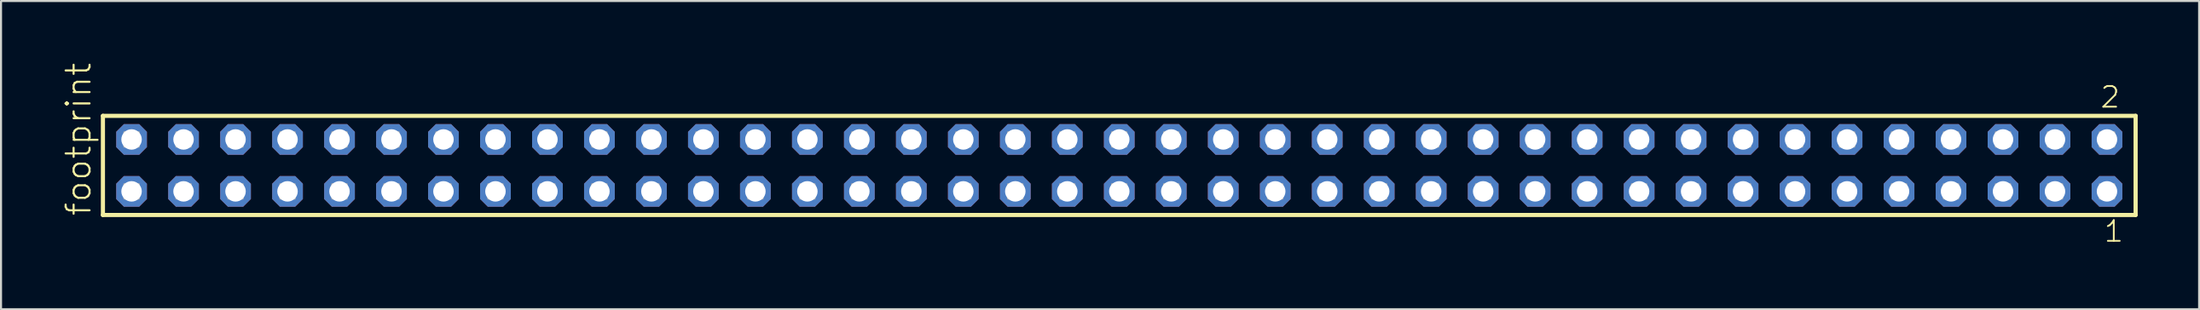
<source format=kicad_pcb>
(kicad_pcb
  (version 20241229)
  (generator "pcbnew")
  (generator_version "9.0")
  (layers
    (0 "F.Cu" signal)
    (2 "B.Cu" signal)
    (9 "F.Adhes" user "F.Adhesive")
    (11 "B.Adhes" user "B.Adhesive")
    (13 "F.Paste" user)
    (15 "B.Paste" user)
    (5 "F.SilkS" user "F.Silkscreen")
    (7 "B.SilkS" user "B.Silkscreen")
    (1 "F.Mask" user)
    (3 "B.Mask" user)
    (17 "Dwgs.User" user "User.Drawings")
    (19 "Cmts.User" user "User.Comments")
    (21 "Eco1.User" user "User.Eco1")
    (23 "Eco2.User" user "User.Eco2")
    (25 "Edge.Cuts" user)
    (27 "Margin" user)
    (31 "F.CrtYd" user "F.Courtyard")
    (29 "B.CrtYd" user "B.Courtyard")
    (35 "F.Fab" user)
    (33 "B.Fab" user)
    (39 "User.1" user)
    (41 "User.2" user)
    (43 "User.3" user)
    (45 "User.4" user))
  (footprint "footprint"
    (layer "F.Cu")
    (at 51.638 5.042)
    (property "Reference" "footprint" (at -50.165 2.54 90) (layer "F.SilkS") (effects (font (size 1.168 1.168) (thickness 0.102)) (justify left bottom)))
    (fp_line (start -49.659 -2.425) (end 49.659 -2.425) (stroke (width 0.203) (type solid)) (layer "F.SilkS"))
    (fp_line (start -49.659 2.425) (end -49.659 -2.425) (stroke (width 0.203) (type solid)) (layer "F.SilkS"))
    (fp_line (start 49.659 -2.425) (end 49.659 2.425) (stroke (width 0.203) (type solid)) (layer "F.SilkS"))
    (fp_line (start 49.659 2.425) (end -49.659 2.425) (stroke (width 0.203) (type solid)) (layer "F.SilkS"))
    (fp_poly (pts (xy -48.61 -0.92) (xy -47.91 -0.92) (xy -47.91 -1.62) (xy -48.61 -1.62)) (stroke (width 0.1) (type solid)) (fill no) (layer "F.Fab"))
    (fp_poly (pts (xy -48.61 1.62) (xy -47.91 1.62) (xy -47.91 0.92) (xy -48.61 0.92)) (stroke (width 0.1) (type solid)) (fill no) (layer "F.Fab"))
    (fp_poly (pts (xy -46.07 -0.92) (xy -45.37 -0.92) (xy -45.37 -1.62) (xy -46.07 -1.62)) (stroke (width 0.1) (type solid)) (fill no) (layer "F.Fab"))
    (fp_poly (pts (xy -46.07 1.62) (xy -45.37 1.62) (xy -45.37 0.92) (xy -46.07 0.92)) (stroke (width 0.1) (type solid)) (fill no) (layer "F.Fab"))
    (fp_poly (pts (xy -43.53 -0.92) (xy -42.83 -0.92) (xy -42.83 -1.62) (xy -43.53 -1.62)) (stroke (width 0.1) (type solid)) (fill no) (layer "F.Fab"))
    (fp_poly (pts (xy -43.53 1.62) (xy -42.83 1.62) (xy -42.83 0.92) (xy -43.53 0.92)) (stroke (width 0.1) (type solid)) (fill no) (layer "F.Fab"))
    (fp_poly (pts (xy -40.99 -0.92) (xy -40.29 -0.92) (xy -40.29 -1.62) (xy -40.99 -1.62)) (stroke (width 0.1) (type solid)) (fill no) (layer "F.Fab"))
    (fp_poly (pts (xy -40.99 1.62) (xy -40.29 1.62) (xy -40.29 0.92) (xy -40.99 0.92)) (stroke (width 0.1) (type solid)) (fill no) (layer "F.Fab"))
    (fp_poly (pts (xy -38.45 -0.92) (xy -37.75 -0.92) (xy -37.75 -1.62) (xy -38.45 -1.62)) (stroke (width 0.1) (type solid)) (fill no) (layer "F.Fab"))
    (fp_poly (pts (xy -38.45 1.62) (xy -37.75 1.62) (xy -37.75 0.92) (xy -38.45 0.92)) (stroke (width 0.1) (type solid)) (fill no) (layer "F.Fab"))
    (fp_poly (pts (xy -35.91 -0.92) (xy -35.21 -0.92) (xy -35.21 -1.62) (xy -35.91 -1.62)) (stroke (width 0.1) (type solid)) (fill no) (layer "F.Fab"))
    (fp_poly (pts (xy -35.91 1.62) (xy -35.21 1.62) (xy -35.21 0.92) (xy -35.91 0.92)) (stroke (width 0.1) (type solid)) (fill no) (layer "F.Fab"))
    (fp_poly (pts (xy -33.37 -0.92) (xy -32.67 -0.92) (xy -32.67 -1.62) (xy -33.37 -1.62)) (stroke (width 0.1) (type solid)) (fill no) (layer "F.Fab"))
    (fp_poly (pts (xy -33.37 1.62) (xy -32.67 1.62) (xy -32.67 0.92) (xy -33.37 0.92)) (stroke (width 0.1) (type solid)) (fill no) (layer "F.Fab"))
    (fp_poly (pts (xy -30.83 -0.92) (xy -30.13 -0.92) (xy -30.13 -1.62) (xy -30.83 -1.62)) (stroke (width 0.1) (type solid)) (fill no) (layer "F.Fab"))
    (fp_poly (pts (xy -30.83 1.62) (xy -30.13 1.62) (xy -30.13 0.92) (xy -30.83 0.92)) (stroke (width 0.1) (type solid)) (fill no) (layer "F.Fab"))
    (fp_poly (pts (xy -28.29 -0.92) (xy -27.59 -0.92) (xy -27.59 -1.62) (xy -28.29 -1.62)) (stroke (width 0.1) (type solid)) (fill no) (layer "F.Fab"))
    (fp_poly (pts (xy -28.29 1.62) (xy -27.59 1.62) (xy -27.59 0.92) (xy -28.29 0.92)) (stroke (width 0.1) (type solid)) (fill no) (layer "F.Fab"))
    (fp_poly (pts (xy -25.75 -0.92) (xy -25.05 -0.92) (xy -25.05 -1.62) (xy -25.75 -1.62)) (stroke (width 0.1) (type solid)) (fill no) (layer "F.Fab"))
    (fp_poly (pts (xy -25.75 1.62) (xy -25.05 1.62) (xy -25.05 0.92) (xy -25.75 0.92)) (stroke (width 0.1) (type solid)) (fill no) (layer "F.Fab"))
    (fp_poly (pts (xy -23.21 -0.92) (xy -22.51 -0.92) (xy -22.51 -1.62) (xy -23.21 -1.62)) (stroke (width 0.1) (type solid)) (fill no) (layer "F.Fab"))
    (fp_poly (pts (xy -23.21 1.62) (xy -22.51 1.62) (xy -22.51 0.92) (xy -23.21 0.92)) (stroke (width 0.1) (type solid)) (fill no) (layer "F.Fab"))
    (fp_poly (pts (xy -20.67 -0.92) (xy -19.97 -0.92) (xy -19.97 -1.62) (xy -20.67 -1.62)) (stroke (width 0.1) (type solid)) (fill no) (layer "F.Fab"))
    (fp_poly (pts (xy -20.67 1.62) (xy -19.97 1.62) (xy -19.97 0.92) (xy -20.67 0.92)) (stroke (width 0.1) (type solid)) (fill no) (layer "F.Fab"))
    (fp_poly (pts (xy -18.13 -0.92) (xy -17.43 -0.92) (xy -17.43 -1.62) (xy -18.13 -1.62)) (stroke (width 0.1) (type solid)) (fill no) (layer "F.Fab"))
    (fp_poly (pts (xy -18.13 1.62) (xy -17.43 1.62) (xy -17.43 0.92) (xy -18.13 0.92)) (stroke (width 0.1) (type solid)) (fill no) (layer "F.Fab"))
    (fp_poly (pts (xy -15.59 -0.92) (xy -14.89 -0.92) (xy -14.89 -1.62) (xy -15.59 -1.62)) (stroke (width 0.1) (type solid)) (fill no) (layer "F.Fab"))
    (fp_poly (pts (xy -15.59 1.62) (xy -14.89 1.62) (xy -14.89 0.92) (xy -15.59 0.92)) (stroke (width 0.1) (type solid)) (fill no) (layer "F.Fab"))
    (fp_poly (pts (xy -13.05 -0.92) (xy -12.35 -0.92) (xy -12.35 -1.62) (xy -13.05 -1.62)) (stroke (width 0.1) (type solid)) (fill no) (layer "F.Fab"))
    (fp_poly (pts (xy -13.05 1.62) (xy -12.35 1.62) (xy -12.35 0.92) (xy -13.05 0.92)) (stroke (width 0.1) (type solid)) (fill no) (layer "F.Fab"))
    (fp_poly (pts (xy -10.51 -0.92) (xy -9.81 -0.92) (xy -9.81 -1.62) (xy -10.51 -1.62)) (stroke (width 0.1) (type solid)) (fill no) (layer "F.Fab"))
    (fp_poly (pts (xy -10.51 1.62) (xy -9.81 1.62) (xy -9.81 0.92) (xy -10.51 0.92)) (stroke (width 0.1) (type solid)) (fill no) (layer "F.Fab"))
    (fp_poly (pts (xy -7.97 -0.92) (xy -7.27 -0.92) (xy -7.27 -1.62) (xy -7.97 -1.62)) (stroke (width 0.1) (type solid)) (fill no) (layer "F.Fab"))
    (fp_poly (pts (xy -7.97 1.62) (xy -7.27 1.62) (xy -7.27 0.92) (xy -7.97 0.92)) (stroke (width 0.1) (type solid)) (fill no) (layer "F.Fab"))
    (fp_poly (pts (xy -5.43 -0.92) (xy -4.73 -0.92) (xy -4.73 -1.62) (xy -5.43 -1.62)) (stroke (width 0.1) (type solid)) (fill no) (layer "F.Fab"))
    (fp_poly (pts (xy -5.43 1.62) (xy -4.73 1.62) (xy -4.73 0.92) (xy -5.43 0.92)) (stroke (width 0.1) (type solid)) (fill no) (layer "F.Fab"))
    (fp_poly (pts (xy -2.89 -0.92) (xy -2.19 -0.92) (xy -2.19 -1.62) (xy -2.89 -1.62)) (stroke (width 0.1) (type solid)) (fill no) (layer "F.Fab"))
    (fp_poly (pts (xy -2.89 1.62) (xy -2.19 1.62) (xy -2.19 0.92) (xy -2.89 0.92)) (stroke (width 0.1) (type solid)) (fill no) (layer "F.Fab"))
    (fp_poly (pts (xy -0.35 -0.92) (xy 0.35 -0.92) (xy 0.35 -1.62) (xy -0.35 -1.62)) (stroke (width 0.1) (type solid)) (fill no) (layer "F.Fab"))
    (fp_poly (pts (xy -0.35 1.62) (xy 0.35 1.62) (xy 0.35 0.92) (xy -0.35 0.92)) (stroke (width 0.1) (type solid)) (fill no) (layer "F.Fab"))
    (fp_poly (pts (xy 2.19 -0.92) (xy 2.89 -0.92) (xy 2.89 -1.62) (xy 2.19 -1.62)) (stroke (width 0.1) (type solid)) (fill no) (layer "F.Fab"))
    (fp_poly (pts (xy 2.19 1.62) (xy 2.89 1.62) (xy 2.89 0.92) (xy 2.19 0.92)) (stroke (width 0.1) (type solid)) (fill no) (layer "F.Fab"))
    (fp_poly (pts (xy 4.73 -0.92) (xy 5.43 -0.92) (xy 5.43 -1.62) (xy 4.73 -1.62)) (stroke (width 0.1) (type solid)) (fill no) (layer "F.Fab"))
    (fp_poly (pts (xy 4.73 1.62) (xy 5.43 1.62) (xy 5.43 0.92) (xy 4.73 0.92)) (stroke (width 0.1) (type solid)) (fill no) (layer "F.Fab"))
    (fp_poly (pts (xy 7.27 -0.92) (xy 7.97 -0.92) (xy 7.97 -1.62) (xy 7.27 -1.62)) (stroke (width 0.1) (type solid)) (fill no) (layer "F.Fab"))
    (fp_poly (pts (xy 7.27 1.62) (xy 7.97 1.62) (xy 7.97 0.92) (xy 7.27 0.92)) (stroke (width 0.1) (type solid)) (fill no) (layer "F.Fab"))
    (fp_poly (pts (xy 9.81 -0.92) (xy 10.51 -0.92) (xy 10.51 -1.62) (xy 9.81 -1.62)) (stroke (width 0.1) (type solid)) (fill no) (layer "F.Fab"))
    (fp_poly (pts (xy 9.81 1.62) (xy 10.51 1.62) (xy 10.51 0.92) (xy 9.81 0.92)) (stroke (width 0.1) (type solid)) (fill no) (layer "F.Fab"))
    (fp_poly (pts (xy 12.35 -0.92) (xy 13.05 -0.92) (xy 13.05 -1.62) (xy 12.35 -1.62)) (stroke (width 0.1) (type solid)) (fill no) (layer "F.Fab"))
    (fp_poly (pts (xy 12.35 1.62) (xy 13.05 1.62) (xy 13.05 0.92) (xy 12.35 0.92)) (stroke (width 0.1) (type solid)) (fill no) (layer "F.Fab"))
    (fp_poly (pts (xy 14.89 -0.92) (xy 15.59 -0.92) (xy 15.59 -1.62) (xy 14.89 -1.62)) (stroke (width 0.1) (type solid)) (fill no) (layer "F.Fab"))
    (fp_poly (pts (xy 14.89 1.62) (xy 15.59 1.62) (xy 15.59 0.92) (xy 14.89 0.92)) (stroke (width 0.1) (type solid)) (fill no) (layer "F.Fab"))
    (fp_poly (pts (xy 17.43 -0.92) (xy 18.13 -0.92) (xy 18.13 -1.62) (xy 17.43 -1.62)) (stroke (width 0.1) (type solid)) (fill no) (layer "F.Fab"))
    (fp_poly (pts (xy 17.43 1.62) (xy 18.13 1.62) (xy 18.13 0.92) (xy 17.43 0.92)) (stroke (width 0.1) (type solid)) (fill no) (layer "F.Fab"))
    (fp_poly (pts (xy 19.97 -0.92) (xy 20.67 -0.92) (xy 20.67 -1.62) (xy 19.97 -1.62)) (stroke (width 0.1) (type solid)) (fill no) (layer "F.Fab"))
    (fp_poly (pts (xy 19.97 1.62) (xy 20.67 1.62) (xy 20.67 0.92) (xy 19.97 0.92)) (stroke (width 0.1) (type solid)) (fill no) (layer "F.Fab"))
    (fp_poly (pts (xy 22.51 -0.92) (xy 23.21 -0.92) (xy 23.21 -1.62) (xy 22.51 -1.62)) (stroke (width 0.1) (type solid)) (fill no) (layer "F.Fab"))
    (fp_poly (pts (xy 22.51 1.62) (xy 23.21 1.62) (xy 23.21 0.92) (xy 22.51 0.92)) (stroke (width 0.1) (type solid)) (fill no) (layer "F.Fab"))
    (fp_poly (pts (xy 25.05 -0.92) (xy 25.75 -0.92) (xy 25.75 -1.62) (xy 25.05 -1.62)) (stroke (width 0.1) (type solid)) (fill no) (layer "F.Fab"))
    (fp_poly (pts (xy 25.05 1.62) (xy 25.75 1.62) (xy 25.75 0.92) (xy 25.05 0.92)) (stroke (width 0.1) (type solid)) (fill no) (layer "F.Fab"))
    (fp_poly (pts (xy 27.59 -0.92) (xy 28.29 -0.92) (xy 28.29 -1.62) (xy 27.59 -1.62)) (stroke (width 0.1) (type solid)) (fill no) (layer "F.Fab"))
    (fp_poly (pts (xy 27.59 1.62) (xy 28.29 1.62) (xy 28.29 0.92) (xy 27.59 0.92)) (stroke (width 0.1) (type solid)) (fill no) (layer "F.Fab"))
    (fp_poly (pts (xy 30.13 -0.92) (xy 30.83 -0.92) (xy 30.83 -1.62) (xy 30.13 -1.62)) (stroke (width 0.1) (type solid)) (fill no) (layer "F.Fab"))
    (fp_poly (pts (xy 30.13 1.62) (xy 30.83 1.62) (xy 30.83 0.92) (xy 30.13 0.92)) (stroke (width 0.1) (type solid)) (fill no) (layer "F.Fab"))
    (fp_poly (pts (xy 32.67 -0.92) (xy 33.37 -0.92) (xy 33.37 -1.62) (xy 32.67 -1.62)) (stroke (width 0.1) (type solid)) (fill no) (layer "F.Fab"))
    (fp_poly (pts (xy 32.67 1.62) (xy 33.37 1.62) (xy 33.37 0.92) (xy 32.67 0.92)) (stroke (width 0.1) (type solid)) (fill no) (layer "F.Fab"))
    (fp_poly (pts (xy 35.21 -0.92) (xy 35.91 -0.92) (xy 35.91 -1.62) (xy 35.21 -1.62)) (stroke (width 0.1) (type solid)) (fill no) (layer "F.Fab"))
    (fp_poly (pts (xy 35.21 1.62) (xy 35.91 1.62) (xy 35.91 0.92) (xy 35.21 0.92)) (stroke (width 0.1) (type solid)) (fill no) (layer "F.Fab"))
    (fp_poly (pts (xy 37.75 -0.92) (xy 38.45 -0.92) (xy 38.45 -1.62) (xy 37.75 -1.62)) (stroke (width 0.1) (type solid)) (fill no) (layer "F.Fab"))
    (fp_poly (pts (xy 37.75 1.62) (xy 38.45 1.62) (xy 38.45 0.92) (xy 37.75 0.92)) (stroke (width 0.1) (type solid)) (fill no) (layer "F.Fab"))
    (fp_poly (pts (xy 40.29 -0.92) (xy 40.99 -0.92) (xy 40.99 -1.62) (xy 40.29 -1.62)) (stroke (width 0.1) (type solid)) (fill no) (layer "F.Fab"))
    (fp_poly (pts (xy 40.29 1.62) (xy 40.99 1.62) (xy 40.99 0.92) (xy 40.29 0.92)) (stroke (width 0.1) (type solid)) (fill no) (layer "F.Fab"))
    (fp_poly (pts (xy 42.83 -0.92) (xy 43.53 -0.92) (xy 43.53 -1.62) (xy 42.83 -1.62)) (stroke (width 0.1) (type solid)) (fill no) (layer "F.Fab"))
    (fp_poly (pts (xy 42.83 1.62) (xy 43.53 1.62) (xy 43.53 0.92) (xy 42.83 0.92)) (stroke (width 0.1) (type solid)) (fill no) (layer "F.Fab"))
    (fp_poly (pts (xy 45.37 -0.92) (xy 46.07 -0.92) (xy 46.07 -1.62) (xy 45.37 -1.62)) (stroke (width 0.1) (type solid)) (fill no) (layer "F.Fab"))
    (fp_poly (pts (xy 45.37 1.62) (xy 46.07 1.62) (xy 46.07 0.92) (xy 45.37 0.92)) (stroke (width 0.1) (type solid)) (fill no) (layer "F.Fab"))
    (fp_poly (pts (xy 47.91 -0.92) (xy 48.61 -0.92) (xy 48.61 -1.62) (xy 47.91 -1.62)) (stroke (width 0.1) (type solid)) (fill no) (layer "F.Fab"))
    (fp_poly (pts (xy 47.91 1.62) (xy 48.61 1.62) (xy 48.61 0.92) (xy 47.91 0.92)) (stroke (width 0.1) (type solid)) (fill no) (layer "F.Fab"))
    (fp_text user "1" (at 48.052 3.818 0) (layer "F.SilkS") (effects (font (size 1.012 1.012) (thickness 0.088)) (justify left bottom)))
    (fp_text user "2" (at 47.877 -2.744 0) (layer "F.SilkS") (effects (font (size 1.012 1.012) (thickness 0.088)) (justify left bottom)))
    (pad "1" thru_hole roundrect (at 48.26 1.27 180) (size 1.5 1.5) (drill 1) (layers "*.Cu" "*.Mask") (roundrect_rratio 0.25) (chamfer_ratio 0.25) (chamfer top_left top_right bottom_left bottom_right))
    (pad "2" thru_hole roundrect (at 48.26 -1.27 180) (size 1.5 1.5) (drill 1) (layers "*.Cu" "*.Mask") (roundrect_rratio 0.25) (chamfer_ratio 0.25) (chamfer top_left top_right bottom_left bottom_right))
    (pad "3" thru_hole roundrect (at 45.72 1.27 180) (size 1.5 1.5) (drill 1) (layers "*.Cu" "*.Mask") (roundrect_rratio 0.25) (chamfer_ratio 0.25) (chamfer top_left top_right bottom_left bottom_right))
    (pad "4" thru_hole roundrect (at 45.72 -1.27 180) (size 1.5 1.5) (drill 1) (layers "*.Cu" "*.Mask") (roundrect_rratio 0.25) (chamfer_ratio 0.25) (chamfer top_left top_right bottom_left bottom_right))
    (pad "5" thru_hole roundrect (at 43.18 1.27 180) (size 1.5 1.5) (drill 1) (layers "*.Cu" "*.Mask") (roundrect_rratio 0.25) (chamfer_ratio 0.25) (chamfer top_left top_right bottom_left bottom_right))
    (pad "6" thru_hole roundrect (at 43.18 -1.27 180) (size 1.5 1.5) (drill 1) (layers "*.Cu" "*.Mask") (roundrect_rratio 0.25) (chamfer_ratio 0.25) (chamfer top_left top_right bottom_left bottom_right))
    (pad "7" thru_hole roundrect (at 40.64 1.27 180) (size 1.5 1.5) (drill 1) (layers "*.Cu" "*.Mask") (roundrect_rratio 0.25) (chamfer_ratio 0.25) (chamfer top_left top_right bottom_left bottom_right))
    (pad "8" thru_hole roundrect (at 40.64 -1.27 180) (size 1.5 1.5) (drill 1) (layers "*.Cu" "*.Mask") (roundrect_rratio 0.25) (chamfer_ratio 0.25) (chamfer top_left top_right bottom_left bottom_right))
    (pad "9" thru_hole roundrect (at 38.1 1.27 180) (size 1.5 1.5) (drill 1) (layers "*.Cu" "*.Mask") (roundrect_rratio 0.25) (chamfer_ratio 0.25) (chamfer top_left top_right bottom_left bottom_right))
    (pad "10" thru_hole roundrect (at 38.1 -1.27 180) (size 1.5 1.5) (drill 1) (layers "*.Cu" "*.Mask") (roundrect_rratio 0.25) (chamfer_ratio 0.25) (chamfer top_left top_right bottom_left bottom_right))
    (pad "11" thru_hole roundrect (at 35.56 1.27 180) (size 1.5 1.5) (drill 1) (layers "*.Cu" "*.Mask") (roundrect_rratio 0.25) (chamfer_ratio 0.25) (chamfer top_left top_right bottom_left bottom_right))
    (pad "12" thru_hole roundrect (at 35.56 -1.27 180) (size 1.5 1.5) (drill 1) (layers "*.Cu" "*.Mask") (roundrect_rratio 0.25) (chamfer_ratio 0.25) (chamfer top_left top_right bottom_left bottom_right))
    (pad "13" thru_hole roundrect (at 33.02 1.27 180) (size 1.5 1.5) (drill 1) (layers "*.Cu" "*.Mask") (roundrect_rratio 0.25) (chamfer_ratio 0.25) (chamfer top_left top_right bottom_left bottom_right))
    (pad "14" thru_hole roundrect (at 33.02 -1.27 180) (size 1.5 1.5) (drill 1) (layers "*.Cu" "*.Mask") (roundrect_rratio 0.25) (chamfer_ratio 0.25) (chamfer top_left top_right bottom_left bottom_right))
    (pad "15" thru_hole roundrect (at 30.48 1.27 180) (size 1.5 1.5) (drill 1) (layers "*.Cu" "*.Mask") (roundrect_rratio 0.25) (chamfer_ratio 0.25) (chamfer top_left top_right bottom_left bottom_right))
    (pad "16" thru_hole roundrect (at 30.48 -1.27 180) (size 1.5 1.5) (drill 1) (layers "*.Cu" "*.Mask") (roundrect_rratio 0.25) (chamfer_ratio 0.25) (chamfer top_left top_right bottom_left bottom_right))
    (pad "17" thru_hole roundrect (at 27.94 1.27 180) (size 1.5 1.5) (drill 1) (layers "*.Cu" "*.Mask") (roundrect_rratio 0.25) (chamfer_ratio 0.25) (chamfer top_left top_right bottom_left bottom_right))
    (pad "18" thru_hole roundrect (at 27.94 -1.27 180) (size 1.5 1.5) (drill 1) (layers "*.Cu" "*.Mask") (roundrect_rratio 0.25) (chamfer_ratio 0.25) (chamfer top_left top_right bottom_left bottom_right))
    (pad "19" thru_hole roundrect (at 25.4 1.27 180) (size 1.5 1.5) (drill 1) (layers "*.Cu" "*.Mask") (roundrect_rratio 0.25) (chamfer_ratio 0.25) (chamfer top_left top_right bottom_left bottom_right))
    (pad "20" thru_hole roundrect (at 25.4 -1.27 180) (size 1.5 1.5) (drill 1) (layers "*.Cu" "*.Mask") (roundrect_rratio 0.25) (chamfer_ratio 0.25) (chamfer top_left top_right bottom_left bottom_right))
    (pad "21" thru_hole roundrect (at 22.86 1.27 180) (size 1.5 1.5) (drill 1) (layers "*.Cu" "*.Mask") (roundrect_rratio 0.25) (chamfer_ratio 0.25) (chamfer top_left top_right bottom_left bottom_right))
    (pad "22" thru_hole roundrect (at 22.86 -1.27 180) (size 1.5 1.5) (drill 1) (layers "*.Cu" "*.Mask") (roundrect_rratio 0.25) (chamfer_ratio 0.25) (chamfer top_left top_right bottom_left bottom_right))
    (pad "23" thru_hole roundrect (at 20.32 1.27 180) (size 1.5 1.5) (drill 1) (layers "*.Cu" "*.Mask") (roundrect_rratio 0.25) (chamfer_ratio 0.25) (chamfer top_left top_right bottom_left bottom_right))
    (pad "24" thru_hole roundrect (at 20.32 -1.27 180) (size 1.5 1.5) (drill 1) (layers "*.Cu" "*.Mask") (roundrect_rratio 0.25) (chamfer_ratio 0.25) (chamfer top_left top_right bottom_left bottom_right))
    (pad "25" thru_hole roundrect (at 17.78 1.27 180) (size 1.5 1.5) (drill 1) (layers "*.Cu" "*.Mask") (roundrect_rratio 0.25) (chamfer_ratio 0.25) (chamfer top_left top_right bottom_left bottom_right))
    (pad "26" thru_hole roundrect (at 17.78 -1.27 180) (size 1.5 1.5) (drill 1) (layers "*.Cu" "*.Mask") (roundrect_rratio 0.25) (chamfer_ratio 0.25) (chamfer top_left top_right bottom_left bottom_right))
    (pad "27" thru_hole roundrect (at 15.24 1.27 180) (size 1.5 1.5) (drill 1) (layers "*.Cu" "*.Mask") (roundrect_rratio 0.25) (chamfer_ratio 0.25) (chamfer top_left top_right bottom_left bottom_right))
    (pad "28" thru_hole roundrect (at 15.24 -1.27 180) (size 1.5 1.5) (drill 1) (layers "*.Cu" "*.Mask") (roundrect_rratio 0.25) (chamfer_ratio 0.25) (chamfer top_left top_right bottom_left bottom_right))
    (pad "29" thru_hole roundrect (at 12.7 1.27 180) (size 1.5 1.5) (drill 1) (layers "*.Cu" "*.Mask") (roundrect_rratio 0.25) (chamfer_ratio 0.25) (chamfer top_left top_right bottom_left bottom_right))
    (pad "30" thru_hole roundrect (at 12.7 -1.27 180) (size 1.5 1.5) (drill 1) (layers "*.Cu" "*.Mask") (roundrect_rratio 0.25) (chamfer_ratio 0.25) (chamfer top_left top_right bottom_left bottom_right))
    (pad "31" thru_hole roundrect (at 10.16 1.27 180) (size 1.5 1.5) (drill 1) (layers "*.Cu" "*.Mask") (roundrect_rratio 0.25) (chamfer_ratio 0.25) (chamfer top_left top_right bottom_left bottom_right))
    (pad "32" thru_hole roundrect (at 10.16 -1.27 180) (size 1.5 1.5) (drill 1) (layers "*.Cu" "*.Mask") (roundrect_rratio 0.25) (chamfer_ratio 0.25) (chamfer top_left top_right bottom_left bottom_right))
    (pad "33" thru_hole roundrect (at 7.62 1.27 180) (size 1.5 1.5) (drill 1) (layers "*.Cu" "*.Mask") (roundrect_rratio 0.25) (chamfer_ratio 0.25) (chamfer top_left top_right bottom_left bottom_right))
    (pad "34" thru_hole roundrect (at 7.62 -1.27 180) (size 1.5 1.5) (drill 1) (layers "*.Cu" "*.Mask") (roundrect_rratio 0.25) (chamfer_ratio 0.25) (chamfer top_left top_right bottom_left bottom_right))
    (pad "35" thru_hole roundrect (at 5.08 1.27 180) (size 1.5 1.5) (drill 1) (layers "*.Cu" "*.Mask") (roundrect_rratio 0.25) (chamfer_ratio 0.25) (chamfer top_left top_right bottom_left bottom_right))
    (pad "36" thru_hole roundrect (at 5.08 -1.27 180) (size 1.5 1.5) (drill 1) (layers "*.Cu" "*.Mask") (roundrect_rratio 0.25) (chamfer_ratio 0.25) (chamfer top_left top_right bottom_left bottom_right))
    (pad "37" thru_hole roundrect (at 2.54 1.27 180) (size 1.5 1.5) (drill 1) (layers "*.Cu" "*.Mask") (roundrect_rratio 0.25) (chamfer_ratio 0.25) (chamfer top_left top_right bottom_left bottom_right))
    (pad "38" thru_hole roundrect (at 2.54 -1.27 180) (size 1.5 1.5) (drill 1) (layers "*.Cu" "*.Mask") (roundrect_rratio 0.25) (chamfer_ratio 0.25) (chamfer top_left top_right bottom_left bottom_right))
    (pad "39" thru_hole roundrect (at 0 1.27 180) (size 1.5 1.5) (drill 1) (layers "*.Cu" "*.Mask") (roundrect_rratio 0.25) (chamfer_ratio 0.25) (chamfer top_left top_right bottom_left bottom_right))
    (pad "40" thru_hole roundrect (at 0 -1.27 180) (size 1.5 1.5) (drill 1) (layers "*.Cu" "*.Mask") (roundrect_rratio 0.25) (chamfer_ratio 0.25) (chamfer top_left top_right bottom_left bottom_right))
    (pad "41" thru_hole roundrect (at -2.54 1.27 180) (size 1.5 1.5) (drill 1) (layers "*.Cu" "*.Mask") (roundrect_rratio 0.25) (chamfer_ratio 0.25) (chamfer top_left top_right bottom_left bottom_right))
    (pad "42" thru_hole roundrect (at -2.54 -1.27 180) (size 1.5 1.5) (drill 1) (layers "*.Cu" "*.Mask") (roundrect_rratio 0.25) (chamfer_ratio 0.25) (chamfer top_left top_right bottom_left bottom_right))
    (pad "43" thru_hole roundrect (at -5.08 1.27 180) (size 1.5 1.5) (drill 1) (layers "*.Cu" "*.Mask") (roundrect_rratio 0.25) (chamfer_ratio 0.25) (chamfer top_left top_right bottom_left bottom_right))
    (pad "44" thru_hole roundrect (at -5.08 -1.27 180) (size 1.5 1.5) (drill 1) (layers "*.Cu" "*.Mask") (roundrect_rratio 0.25) (chamfer_ratio 0.25) (chamfer top_left top_right bottom_left bottom_right))
    (pad "45" thru_hole roundrect (at -7.62 1.27 180) (size 1.5 1.5) (drill 1) (layers "*.Cu" "*.Mask") (roundrect_rratio 0.25) (chamfer_ratio 0.25) (chamfer top_left top_right bottom_left bottom_right))
    (pad "46" thru_hole roundrect (at -7.62 -1.27 180) (size 1.5 1.5) (drill 1) (layers "*.Cu" "*.Mask") (roundrect_rratio 0.25) (chamfer_ratio 0.25) (chamfer top_left top_right bottom_left bottom_right))
    (pad "47" thru_hole roundrect (at -10.16 1.27 180) (size 1.5 1.5) (drill 1) (layers "*.Cu" "*.Mask") (roundrect_rratio 0.25) (chamfer_ratio 0.25) (chamfer top_left top_right bottom_left bottom_right))
    (pad "48" thru_hole roundrect (at -10.16 -1.27 180) (size 1.5 1.5) (drill 1) (layers "*.Cu" "*.Mask") (roundrect_rratio 0.25) (chamfer_ratio 0.25) (chamfer top_left top_right bottom_left bottom_right))
    (pad "49" thru_hole roundrect (at -12.7 1.27 180) (size 1.5 1.5) (drill 1) (layers "*.Cu" "*.Mask") (roundrect_rratio 0.25) (chamfer_ratio 0.25) (chamfer top_left top_right bottom_left bottom_right))
    (pad "50" thru_hole roundrect (at -12.7 -1.27 180) (size 1.5 1.5) (drill 1) (layers "*.Cu" "*.Mask") (roundrect_rratio 0.25) (chamfer_ratio 0.25) (chamfer top_left top_right bottom_left bottom_right))
    (pad "51" thru_hole roundrect (at -15.24 1.27 180) (size 1.5 1.5) (drill 1) (layers "*.Cu" "*.Mask") (roundrect_rratio 0.25) (chamfer_ratio 0.25) (chamfer top_left top_right bottom_left bottom_right))
    (pad "52" thru_hole roundrect (at -15.24 -1.27 180) (size 1.5 1.5) (drill 1) (layers "*.Cu" "*.Mask") (roundrect_rratio 0.25) (chamfer_ratio 0.25) (chamfer top_left top_right bottom_left bottom_right))
    (pad "53" thru_hole roundrect (at -17.78 1.27 180) (size 1.5 1.5) (drill 1) (layers "*.Cu" "*.Mask") (roundrect_rratio 0.25) (chamfer_ratio 0.25) (chamfer top_left top_right bottom_left bottom_right))
    (pad "54" thru_hole roundrect (at -17.78 -1.27 180) (size 1.5 1.5) (drill 1) (layers "*.Cu" "*.Mask") (roundrect_rratio 0.25) (chamfer_ratio 0.25) (chamfer top_left top_right bottom_left bottom_right))
    (pad "55" thru_hole roundrect (at -20.32 1.27 180) (size 1.5 1.5) (drill 1) (layers "*.Cu" "*.Mask") (roundrect_rratio 0.25) (chamfer_ratio 0.25) (chamfer top_left top_right bottom_left bottom_right))
    (pad "56" thru_hole roundrect (at -20.32 -1.27 180) (size 1.5 1.5) (drill 1) (layers "*.Cu" "*.Mask") (roundrect_rratio 0.25) (chamfer_ratio 0.25) (chamfer top_left top_right bottom_left bottom_right))
    (pad "57" thru_hole roundrect (at -22.86 1.27 180) (size 1.5 1.5) (drill 1) (layers "*.Cu" "*.Mask") (roundrect_rratio 0.25) (chamfer_ratio 0.25) (chamfer top_left top_right bottom_left bottom_right))
    (pad "58" thru_hole roundrect (at -22.86 -1.27 180) (size 1.5 1.5) (drill 1) (layers "*.Cu" "*.Mask") (roundrect_rratio 0.25) (chamfer_ratio 0.25) (chamfer top_left top_right bottom_left bottom_right))
    (pad "59" thru_hole roundrect (at -25.4 1.27 180) (size 1.5 1.5) (drill 1) (layers "*.Cu" "*.Mask") (roundrect_rratio 0.25) (chamfer_ratio 0.25) (chamfer top_left top_right bottom_left bottom_right))
    (pad "60" thru_hole roundrect (at -25.4 -1.27 180) (size 1.5 1.5) (drill 1) (layers "*.Cu" "*.Mask") (roundrect_rratio 0.25) (chamfer_ratio 0.25) (chamfer top_left top_right bottom_left bottom_right))
    (pad "61" thru_hole roundrect (at -27.94 1.27 180) (size 1.5 1.5) (drill 1) (layers "*.Cu" "*.Mask") (roundrect_rratio 0.25) (chamfer_ratio 0.25) (chamfer top_left top_right bottom_left bottom_right))
    (pad "62" thru_hole roundrect (at -27.94 -1.27 180) (size 1.5 1.5) (drill 1) (layers "*.Cu" "*.Mask") (roundrect_rratio 0.25) (chamfer_ratio 0.25) (chamfer top_left top_right bottom_left bottom_right))
    (pad "63" thru_hole roundrect (at -30.48 1.27 180) (size 1.5 1.5) (drill 1) (layers "*.Cu" "*.Mask") (roundrect_rratio 0.25) (chamfer_ratio 0.25) (chamfer top_left top_right bottom_left bottom_right))
    (pad "64" thru_hole roundrect (at -30.48 -1.27 180) (size 1.5 1.5) (drill 1) (layers "*.Cu" "*.Mask") (roundrect_rratio 0.25) (chamfer_ratio 0.25) (chamfer top_left top_right bottom_left bottom_right))
    (pad "65" thru_hole roundrect (at -33.02 1.27 180) (size 1.5 1.5) (drill 1) (layers "*.Cu" "*.Mask") (roundrect_rratio 0.25) (chamfer_ratio 0.25) (chamfer top_left top_right bottom_left bottom_right))
    (pad "66" thru_hole roundrect (at -33.02 -1.27 180) (size 1.5 1.5) (drill 1) (layers "*.Cu" "*.Mask") (roundrect_rratio 0.25) (chamfer_ratio 0.25) (chamfer top_left top_right bottom_left bottom_right))
    (pad "67" thru_hole roundrect (at -35.56 1.27 180) (size 1.5 1.5) (drill 1) (layers "*.Cu" "*.Mask") (roundrect_rratio 0.25) (chamfer_ratio 0.25) (chamfer top_left top_right bottom_left bottom_right))
    (pad "68" thru_hole roundrect (at -35.56 -1.27 180) (size 1.5 1.5) (drill 1) (layers "*.Cu" "*.Mask") (roundrect_rratio 0.25) (chamfer_ratio 0.25) (chamfer top_left top_right bottom_left bottom_right))
    (pad "69" thru_hole roundrect (at -38.1 1.27 180) (size 1.5 1.5) (drill 1) (layers "*.Cu" "*.Mask") (roundrect_rratio 0.25) (chamfer_ratio 0.25) (chamfer top_left top_right bottom_left bottom_right))
    (pad "70" thru_hole roundrect (at -38.1 -1.27 180) (size 1.5 1.5) (drill 1) (layers "*.Cu" "*.Mask") (roundrect_rratio 0.25) (chamfer_ratio 0.25) (chamfer top_left top_right bottom_left bottom_right))
    (pad "71" thru_hole roundrect (at -40.64 1.27 180) (size 1.5 1.5) (drill 1) (layers "*.Cu" "*.Mask") (roundrect_rratio 0.25) (chamfer_ratio 0.25) (chamfer top_left top_right bottom_left bottom_right))
    (pad "72" thru_hole roundrect (at -40.64 -1.27 180) (size 1.5 1.5) (drill 1) (layers "*.Cu" "*.Mask") (roundrect_rratio 0.25) (chamfer_ratio 0.25) (chamfer top_left top_right bottom_left bottom_right))
    (pad "73" thru_hole roundrect (at -43.18 1.27 180) (size 1.5 1.5) (drill 1) (layers "*.Cu" "*.Mask") (roundrect_rratio 0.25) (chamfer_ratio 0.25) (chamfer top_left top_right bottom_left bottom_right))
    (pad "74" thru_hole roundrect (at -43.18 -1.27 180) (size 1.5 1.5) (drill 1) (layers "*.Cu" "*.Mask") (roundrect_rratio 0.25) (chamfer_ratio 0.25) (chamfer top_left top_right bottom_left bottom_right))
    (pad "75" thru_hole roundrect (at -45.72 1.27 180) (size 1.5 1.5) (drill 1) (layers "*.Cu" "*.Mask") (roundrect_rratio 0.25) (chamfer_ratio 0.25) (chamfer top_left top_right bottom_left bottom_right))
    (pad "76" thru_hole roundrect (at -45.72 -1.27 180) (size 1.5 1.5) (drill 1) (layers "*.Cu" "*.Mask") (roundrect_rratio 0.25) (chamfer_ratio 0.25) (chamfer top_left top_right bottom_left bottom_right))
    (pad "77" thru_hole roundrect (at -48.26 1.27 180) (size 1.5 1.5) (drill 1) (layers "*.Cu" "*.Mask") (roundrect_rratio 0.25) (chamfer_ratio 0.25) (chamfer top_left top_right bottom_left bottom_right))
    (pad "78" thru_hole roundrect (at -48.26 -1.27 180) (size 1.5 1.5) (drill 1) (layers "*.Cu" "*.Mask") (roundrect_rratio 0.25) (chamfer_ratio 0.25) (chamfer top_left top_right bottom_left bottom_right)))
  (gr_rect
    (start -3 -3)
    (end 104.399 12.077)
    (stroke (width 0.1) (type default))
    (fill no)
    (layer "Edge.Cuts")))
</source>
